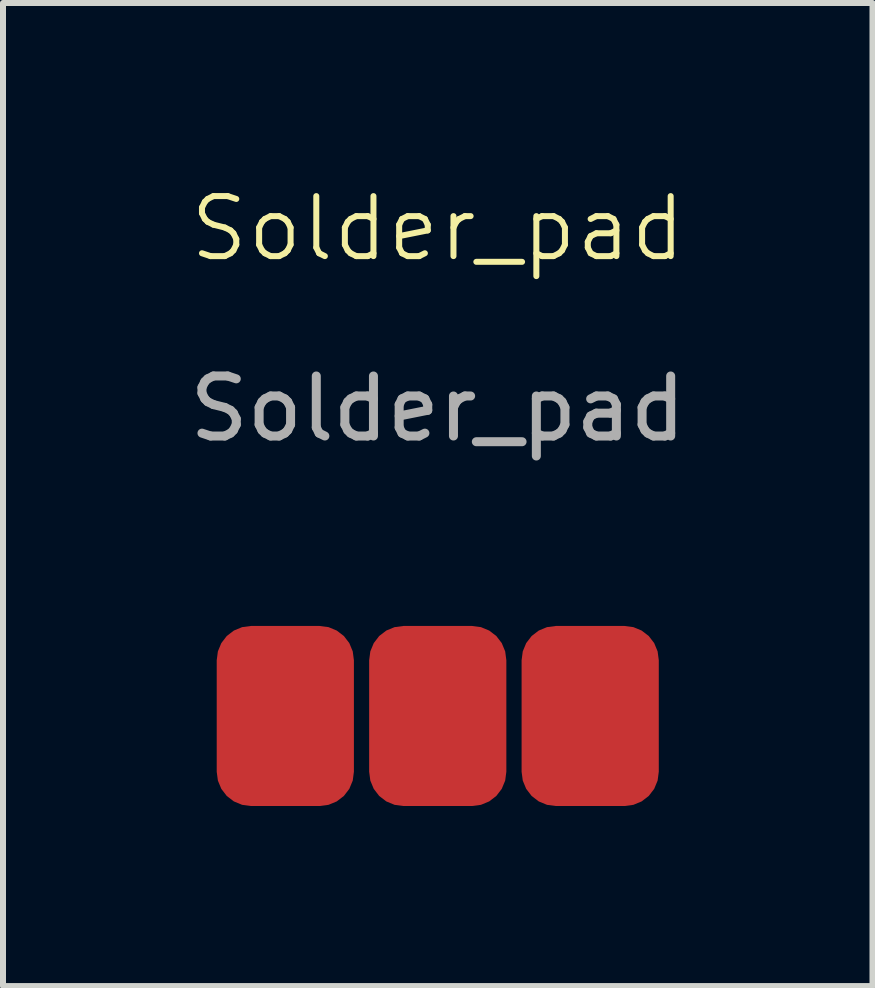
<source format=kicad_pcb>
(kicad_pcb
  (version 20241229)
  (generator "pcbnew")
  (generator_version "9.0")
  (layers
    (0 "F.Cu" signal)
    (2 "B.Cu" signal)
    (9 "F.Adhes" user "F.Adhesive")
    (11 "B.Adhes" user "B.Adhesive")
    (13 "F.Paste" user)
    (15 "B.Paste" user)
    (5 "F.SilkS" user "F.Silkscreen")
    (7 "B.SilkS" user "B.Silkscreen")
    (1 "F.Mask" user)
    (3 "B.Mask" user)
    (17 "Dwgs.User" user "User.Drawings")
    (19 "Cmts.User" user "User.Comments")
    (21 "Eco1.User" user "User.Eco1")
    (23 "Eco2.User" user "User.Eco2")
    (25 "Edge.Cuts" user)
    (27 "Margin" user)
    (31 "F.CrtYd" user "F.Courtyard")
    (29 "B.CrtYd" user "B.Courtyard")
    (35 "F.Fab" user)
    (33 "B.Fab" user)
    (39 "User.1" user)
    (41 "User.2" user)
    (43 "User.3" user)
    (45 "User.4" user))
  (footprint "Solder_pad"
    (layer "F.Cu")
    (at 4.244 1.26)
    (property "Reference" "Solder_pad" (at 0 -0.5 0) (unlocked yes) (layer "F.SilkS") (effects (font (size 1 1) (thickness 0.1))))
    (attr smd)
    (fp_text user "${REFERENCE}" (at 0 2.5 0) (unlocked yes) (layer "F.Fab") (effects (font (size 1 1) (thickness 0.15))))
    (pad "1" smd roundrect (at -2.54 7.62) (size 2.286 3) (layers "F.Cu" "F.Mask" "F.Paste") (roundrect_rratio 0.25))
    (pad "2" smd roundrect (at 0 7.62) (size 2.286 3) (layers "F.Cu" "F.Mask" "F.Paste") (roundrect_rratio 0.25))
    (pad "3" smd roundrect (at 2.54 7.62) (size 2.286 3) (layers "F.Cu" "F.Mask" "F.Paste") (roundrect_rratio 0.25)))
  (gr_rect
    (start -3 -3)
    (end 11.488 13.38)
    (stroke (width 0.1) (type default))
    (fill no)
    (layer "Edge.Cuts")))
</source>
